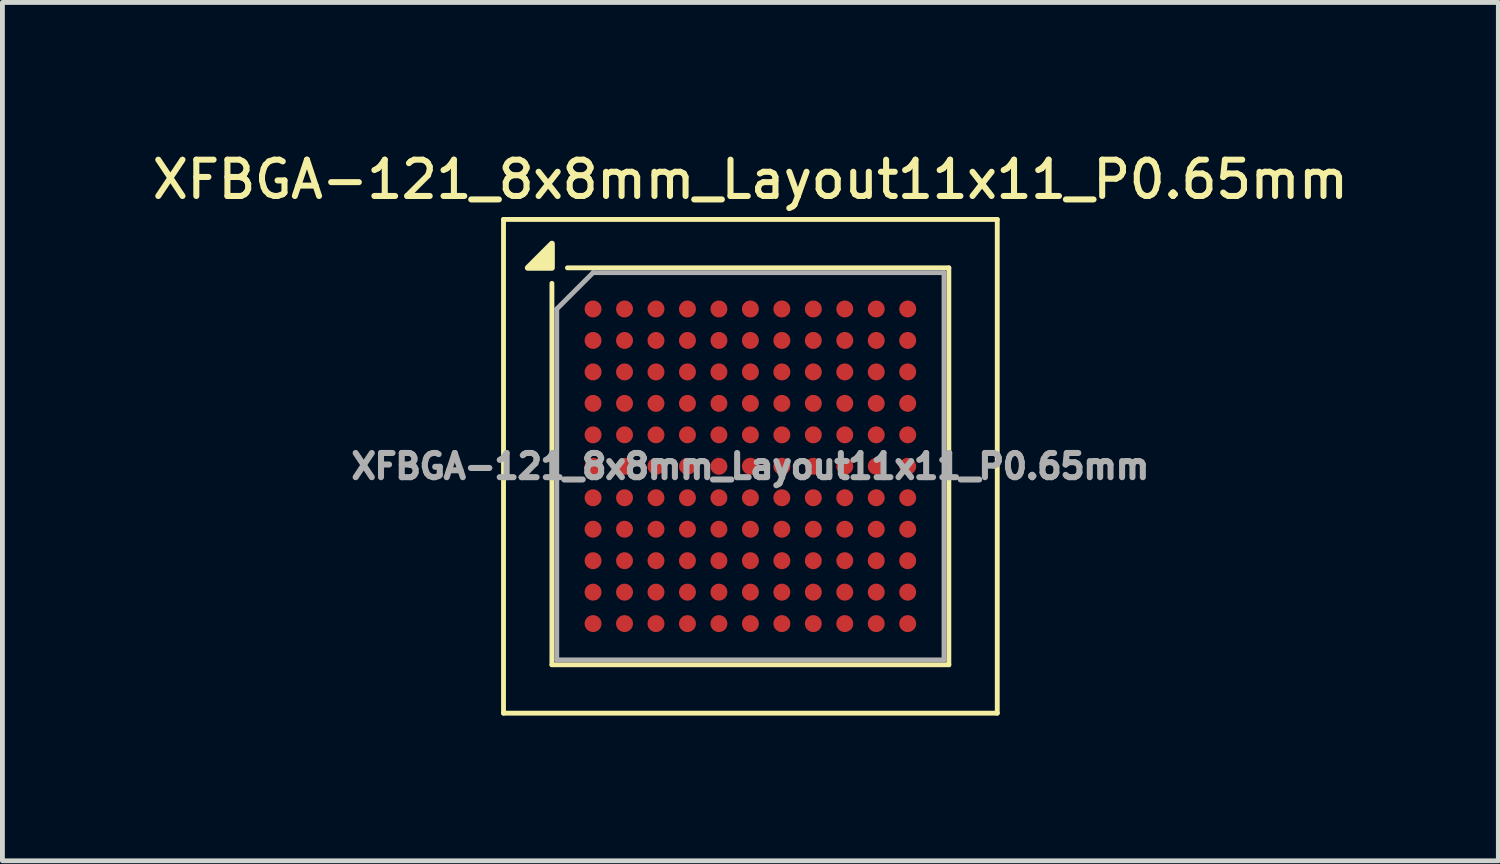
<source format=kicad_pcb>
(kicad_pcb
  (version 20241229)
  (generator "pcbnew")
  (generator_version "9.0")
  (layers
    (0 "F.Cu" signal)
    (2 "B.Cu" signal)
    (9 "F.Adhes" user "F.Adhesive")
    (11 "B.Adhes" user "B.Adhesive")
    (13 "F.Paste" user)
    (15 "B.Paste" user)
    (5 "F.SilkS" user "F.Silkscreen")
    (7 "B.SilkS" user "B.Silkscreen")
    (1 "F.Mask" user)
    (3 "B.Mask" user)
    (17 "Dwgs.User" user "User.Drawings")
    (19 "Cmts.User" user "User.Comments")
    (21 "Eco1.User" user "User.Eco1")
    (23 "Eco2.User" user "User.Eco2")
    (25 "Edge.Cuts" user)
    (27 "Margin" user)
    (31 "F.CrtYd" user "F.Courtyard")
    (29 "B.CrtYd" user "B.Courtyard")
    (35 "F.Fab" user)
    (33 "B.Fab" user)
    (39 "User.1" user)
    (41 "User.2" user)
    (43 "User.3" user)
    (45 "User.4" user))
  (footprint "XFBGA-121_8x8mm_Layout11x11_P0.65mm"
    (layer "F.Cu")
    (at 12.452 6.583)
    (property "Reference" "XFBGA-121_8x8mm_Layout11x11_P0.65mm" (at 0 -5.925 0) (layer "F.SilkS") (effects (font (size 0.75 0.75) (thickness 0.125))))
    (attr smd)
    (fp_line (start -5.1 -5.1) (end 5.1 -5.1) (stroke (width 0.1) (type solid)) (layer "F.SilkS"))
    (fp_line (start -5.1 5.1) (end -5.1 -5.1) (stroke (width 0.1) (type solid)) (layer "F.SilkS"))
    (fp_line (start -5.1 5.1) (end 5.1 5.1) (stroke (width 0.1) (type solid)) (layer "F.SilkS"))
    (fp_line (start -4.1 4.1) (end -4.1 -3.78) (stroke (width 0.1) (type solid)) (layer "F.SilkS"))
    (fp_line (start -4.1 4.1) (end 4.1 4.1) (stroke (width 0.1) (type solid)) (layer "F.SilkS"))
    (fp_line (start -3.78 -4.1) (end 4.1 -4.1) (stroke (width 0.1) (type solid)) (layer "F.SilkS"))
    (fp_line (start 4.1 4.1) (end 4.1 -4.1) (stroke (width 0.1) (type solid)) (layer "F.SilkS"))
    (fp_line (start 5.1 5.1) (end 5.1 -5.1) (stroke (width 0.1) (type solid)) (layer "F.SilkS"))
    (fp_poly (pts (xy -4.1 -4.1) (xy -4.6 -4.1) (xy -4.1 -4.6) (xy -4.1 -4.1)) (stroke (width 0.12) (type solid)) (fill yes) (layer "F.SilkS"))
    (fp_line (start -4 -3.25) (end -3.25 -4) (stroke (width 0.1) (type solid)) (layer "F.Fab"))
    (fp_line (start -4 4) (end -4 -3.25) (stroke (width 0.1) (type solid)) (layer "F.Fab"))
    (fp_line (start -4 4) (end 4 4) (stroke (width 0.1) (type solid)) (layer "F.Fab"))
    (fp_line (start -3.25 -4) (end 4 -4) (stroke (width 0.1) (type solid)) (layer "F.Fab"))
    (fp_line (start 4 4) (end 4 -4) (stroke (width 0.1) (type solid)) (layer "F.Fab"))
    (fp_text user "${REFERENCE}" (at 0 0 0) (layer "F.Fab") (effects (font (size 0.5 0.5) (thickness 0.125))))
    (pad "A1" smd circle (at -3.25 -3.25) (size 0.35 0.35) (property pad_prop_bga) (layers "F.Cu" "F.Mask" "F.Paste"))
    (pad "A2" smd circle (at -2.6 -3.25) (size 0.35 0.35) (property pad_prop_bga) (layers "F.Cu" "F.Mask" "F.Paste"))
    (pad "A3" smd circle (at -1.95 -3.25) (size 0.35 0.35) (property pad_prop_bga) (layers "F.Cu" "F.Mask" "F.Paste"))
    (pad "A4" smd circle (at -1.3 -3.25) (size 0.35 0.35) (property pad_prop_bga) (layers "F.Cu" "F.Mask" "F.Paste"))
    (pad "A5" smd circle (at -0.65 -3.25) (size 0.35 0.35) (property pad_prop_bga) (layers "F.Cu" "F.Mask" "F.Paste"))
    (pad "A6" smd circle (at 0 -3.25) (size 0.35 0.35) (property pad_prop_bga) (layers "F.Cu" "F.Mask" "F.Paste"))
    (pad "A7" smd circle (at 0.65 -3.25) (size 0.35 0.35) (property pad_prop_bga) (layers "F.Cu" "F.Mask" "F.Paste"))
    (pad "A8" smd circle (at 1.3 -3.25) (size 0.35 0.35) (property pad_prop_bga) (layers "F.Cu" "F.Mask" "F.Paste"))
    (pad "A9" smd circle (at 1.95 -3.25) (size 0.35 0.35) (property pad_prop_bga) (layers "F.Cu" "F.Mask" "F.Paste"))
    (pad "A10" smd circle (at 2.6 -3.25) (size 0.35 0.35) (property pad_prop_bga) (layers "F.Cu" "F.Mask" "F.Paste"))
    (pad "A11" smd circle (at 3.25 -3.25) (size 0.35 0.35) (property pad_prop_bga) (layers "F.Cu" "F.Mask" "F.Paste"))
    (pad "B1" smd circle (at -3.25 -2.6) (size 0.35 0.35) (property pad_prop_bga) (layers "F.Cu" "F.Mask" "F.Paste"))
    (pad "B2" smd circle (at -2.6 -2.6) (size 0.35 0.35) (property pad_prop_bga) (layers "F.Cu" "F.Mask" "F.Paste"))
    (pad "B3" smd circle (at -1.95 -2.6) (size 0.35 0.35) (property pad_prop_bga) (layers "F.Cu" "F.Mask" "F.Paste"))
    (pad "B4" smd circle (at -1.3 -2.6) (size 0.35 0.35) (property pad_prop_bga) (layers "F.Cu" "F.Mask" "F.Paste"))
    (pad "B5" smd circle (at -0.65 -2.6) (size 0.35 0.35) (property pad_prop_bga) (layers "F.Cu" "F.Mask" "F.Paste"))
    (pad "B6" smd circle (at 0 -2.6) (size 0.35 0.35) (property pad_prop_bga) (layers "F.Cu" "F.Mask" "F.Paste"))
    (pad "B7" smd circle (at 0.65 -2.6) (size 0.35 0.35) (property pad_prop_bga) (layers "F.Cu" "F.Mask" "F.Paste"))
    (pad "B8" smd circle (at 1.3 -2.6) (size 0.35 0.35) (property pad_prop_bga) (layers "F.Cu" "F.Mask" "F.Paste"))
    (pad "B9" smd circle (at 1.95 -2.6) (size 0.35 0.35) (property pad_prop_bga) (layers "F.Cu" "F.Mask" "F.Paste"))
    (pad "B10" smd circle (at 2.6 -2.6) (size 0.35 0.35) (property pad_prop_bga) (layers "F.Cu" "F.Mask" "F.Paste"))
    (pad "B11" smd circle (at 3.25 -2.6) (size 0.35 0.35) (property pad_prop_bga) (layers "F.Cu" "F.Mask" "F.Paste"))
    (pad "C1" smd circle (at -3.25 -1.95) (size 0.35 0.35) (property pad_prop_bga) (layers "F.Cu" "F.Mask" "F.Paste"))
    (pad "C2" smd circle (at -2.6 -1.95) (size 0.35 0.35) (property pad_prop_bga) (layers "F.Cu" "F.Mask" "F.Paste"))
    (pad "C3" smd circle (at -1.95 -1.95) (size 0.35 0.35) (property pad_prop_bga) (layers "F.Cu" "F.Mask" "F.Paste"))
    (pad "C4" smd circle (at -1.3 -1.95) (size 0.35 0.35) (property pad_prop_bga) (layers "F.Cu" "F.Mask" "F.Paste"))
    (pad "C5" smd circle (at -0.65 -1.95) (size 0.35 0.35) (property pad_prop_bga) (layers "F.Cu" "F.Mask" "F.Paste"))
    (pad "C6" smd circle (at 0 -1.95) (size 0.35 0.35) (property pad_prop_bga) (layers "F.Cu" "F.Mask" "F.Paste"))
    (pad "C7" smd circle (at 0.65 -1.95) (size 0.35 0.35) (property pad_prop_bga) (layers "F.Cu" "F.Mask" "F.Paste"))
    (pad "C8" smd circle (at 1.3 -1.95) (size 0.35 0.35) (property pad_prop_bga) (layers "F.Cu" "F.Mask" "F.Paste"))
    (pad "C9" smd circle (at 1.95 -1.95) (size 0.35 0.35) (property pad_prop_bga) (layers "F.Cu" "F.Mask" "F.Paste"))
    (pad "C10" smd circle (at 2.6 -1.95) (size 0.35 0.35) (property pad_prop_bga) (layers "F.Cu" "F.Mask" "F.Paste"))
    (pad "C11" smd circle (at 3.25 -1.95) (size 0.35 0.35) (property pad_prop_bga) (layers "F.Cu" "F.Mask" "F.Paste"))
    (pad "D1" smd circle (at -3.25 -1.3) (size 0.35 0.35) (property pad_prop_bga) (layers "F.Cu" "F.Mask" "F.Paste"))
    (pad "D2" smd circle (at -2.6 -1.3) (size 0.35 0.35) (property pad_prop_bga) (layers "F.Cu" "F.Mask" "F.Paste"))
    (pad "D3" smd circle (at -1.95 -1.3) (size 0.35 0.35) (property pad_prop_bga) (layers "F.Cu" "F.Mask" "F.Paste"))
    (pad "D4" smd circle (at -1.3 -1.3) (size 0.35 0.35) (property pad_prop_bga) (layers "F.Cu" "F.Mask" "F.Paste"))
    (pad "D5" smd circle (at -0.65 -1.3) (size 0.35 0.35) (property pad_prop_bga) (layers "F.Cu" "F.Mask" "F.Paste"))
    (pad "D6" smd circle (at 0 -1.3) (size 0.35 0.35) (property pad_prop_bga) (layers "F.Cu" "F.Mask" "F.Paste"))
    (pad "D7" smd circle (at 0.65 -1.3) (size 0.35 0.35) (property pad_prop_bga) (layers "F.Cu" "F.Mask" "F.Paste"))
    (pad "D8" smd circle (at 1.3 -1.3) (size 0.35 0.35) (property pad_prop_bga) (layers "F.Cu" "F.Mask" "F.Paste"))
    (pad "D9" smd circle (at 1.95 -1.3) (size 0.35 0.35) (property pad_prop_bga) (layers "F.Cu" "F.Mask" "F.Paste"))
    (pad "D10" smd circle (at 2.6 -1.3) (size 0.35 0.35) (property pad_prop_bga) (layers "F.Cu" "F.Mask" "F.Paste"))
    (pad "D11" smd circle (at 3.25 -1.3) (size 0.35 0.35) (property pad_prop_bga) (layers "F.Cu" "F.Mask" "F.Paste"))
    (pad "E1" smd circle (at -3.25 -0.65) (size 0.35 0.35) (property pad_prop_bga) (layers "F.Cu" "F.Mask" "F.Paste"))
    (pad "E2" smd circle (at -2.6 -0.65) (size 0.35 0.35) (property pad_prop_bga) (layers "F.Cu" "F.Mask" "F.Paste"))
    (pad "E3" smd circle (at -1.95 -0.65) (size 0.35 0.35) (property pad_prop_bga) (layers "F.Cu" "F.Mask" "F.Paste"))
    (pad "E4" smd circle (at -1.3 -0.65) (size 0.35 0.35) (property pad_prop_bga) (layers "F.Cu" "F.Mask" "F.Paste"))
    (pad "E5" smd circle (at -0.65 -0.65) (size 0.35 0.35) (property pad_prop_bga) (layers "F.Cu" "F.Mask" "F.Paste"))
    (pad "E6" smd circle (at 0 -0.65) (size 0.35 0.35) (property pad_prop_bga) (layers "F.Cu" "F.Mask" "F.Paste"))
    (pad "E7" smd circle (at 0.65 -0.65) (size 0.35 0.35) (property pad_prop_bga) (layers "F.Cu" "F.Mask" "F.Paste"))
    (pad "E8" smd circle (at 1.3 -0.65) (size 0.35 0.35) (property pad_prop_bga) (layers "F.Cu" "F.Mask" "F.Paste"))
    (pad "E9" smd circle (at 1.95 -0.65) (size 0.35 0.35) (property pad_prop_bga) (layers "F.Cu" "F.Mask" "F.Paste"))
    (pad "E10" smd circle (at 2.6 -0.65) (size 0.35 0.35) (property pad_prop_bga) (layers "F.Cu" "F.Mask" "F.Paste"))
    (pad "E11" smd circle (at 3.25 -0.65) (size 0.35 0.35) (property pad_prop_bga) (layers "F.Cu" "F.Mask" "F.Paste"))
    (pad "F1" smd circle (at -3.25 0) (size 0.35 0.35) (property pad_prop_bga) (layers "F.Cu" "F.Mask" "F.Paste"))
    (pad "F2" smd circle (at -2.6 0) (size 0.35 0.35) (property pad_prop_bga) (layers "F.Cu" "F.Mask" "F.Paste"))
    (pad "F3" smd circle (at -1.95 0) (size 0.35 0.35) (property pad_prop_bga) (layers "F.Cu" "F.Mask" "F.Paste"))
    (pad "F4" smd circle (at -1.3 0) (size 0.35 0.35) (property pad_prop_bga) (layers "F.Cu" "F.Mask" "F.Paste"))
    (pad "F5" smd circle (at -0.65 0) (size 0.35 0.35) (property pad_prop_bga) (layers "F.Cu" "F.Mask" "F.Paste"))
    (pad "F6" smd circle (at 0 0) (size 0.35 0.35) (property pad_prop_bga) (layers "F.Cu" "F.Mask" "F.Paste"))
    (pad "F7" smd circle (at 0.65 0) (size 0.35 0.35) (property pad_prop_bga) (layers "F.Cu" "F.Mask" "F.Paste"))
    (pad "F8" smd circle (at 1.3 0) (size 0.35 0.35) (property pad_prop_bga) (layers "F.Cu" "F.Mask" "F.Paste"))
    (pad "F9" smd circle (at 1.95 0) (size 0.35 0.35) (property pad_prop_bga) (layers "F.Cu" "F.Mask" "F.Paste"))
    (pad "F10" smd circle (at 2.6 0) (size 0.35 0.35) (property pad_prop_bga) (layers "F.Cu" "F.Mask" "F.Paste"))
    (pad "F11" smd circle (at 3.25 0) (size 0.35 0.35) (property pad_prop_bga) (layers "F.Cu" "F.Mask" "F.Paste"))
    (pad "G1" smd circle (at -3.25 0.65) (size 0.35 0.35) (property pad_prop_bga) (layers "F.Cu" "F.Mask" "F.Paste"))
    (pad "G2" smd circle (at -2.6 0.65) (size 0.35 0.35) (property pad_prop_bga) (layers "F.Cu" "F.Mask" "F.Paste"))
    (pad "G3" smd circle (at -1.95 0.65) (size 0.35 0.35) (property pad_prop_bga) (layers "F.Cu" "F.Mask" "F.Paste"))
    (pad "G4" smd circle (at -1.3 0.65) (size 0.35 0.35) (property pad_prop_bga) (layers "F.Cu" "F.Mask" "F.Paste"))
    (pad "G5" smd circle (at -0.65 0.65) (size 0.35 0.35) (property pad_prop_bga) (layers "F.Cu" "F.Mask" "F.Paste"))
    (pad "G6" smd circle (at 0 0.65) (size 0.35 0.35) (property pad_prop_bga) (layers "F.Cu" "F.Mask" "F.Paste"))
    (pad "G7" smd circle (at 0.65 0.65) (size 0.35 0.35) (property pad_prop_bga) (layers "F.Cu" "F.Mask" "F.Paste"))
    (pad "G8" smd circle (at 1.3 0.65) (size 0.35 0.35) (property pad_prop_bga) (layers "F.Cu" "F.Mask" "F.Paste"))
    (pad "G9" smd circle (at 1.95 0.65) (size 0.35 0.35) (property pad_prop_bga) (layers "F.Cu" "F.Mask" "F.Paste"))
    (pad "G10" smd circle (at 2.6 0.65) (size 0.35 0.35) (property pad_prop_bga) (layers "F.Cu" "F.Mask" "F.Paste"))
    (pad "G11" smd circle (at 3.25 0.65) (size 0.35 0.35) (property pad_prop_bga) (layers "F.Cu" "F.Mask" "F.Paste"))
    (pad "H1" smd circle (at -3.25 1.3) (size 0.35 0.35) (property pad_prop_bga) (layers "F.Cu" "F.Mask" "F.Paste"))
    (pad "H2" smd circle (at -2.6 1.3) (size 0.35 0.35) (property pad_prop_bga) (layers "F.Cu" "F.Mask" "F.Paste"))
    (pad "H3" smd circle (at -1.95 1.3) (size 0.35 0.35) (property pad_prop_bga) (layers "F.Cu" "F.Mask" "F.Paste"))
    (pad "H4" smd circle (at -1.3 1.3) (size 0.35 0.35) (property pad_prop_bga) (layers "F.Cu" "F.Mask" "F.Paste"))
    (pad "H5" smd circle (at -0.65 1.3) (size 0.35 0.35) (property pad_prop_bga) (layers "F.Cu" "F.Mask" "F.Paste"))
    (pad "H6" smd circle (at 0 1.3) (size 0.35 0.35) (property pad_prop_bga) (layers "F.Cu" "F.Mask" "F.Paste"))
    (pad "H7" smd circle (at 0.65 1.3) (size 0.35 0.35) (property pad_prop_bga) (layers "F.Cu" "F.Mask" "F.Paste"))
    (pad "H8" smd circle (at 1.3 1.3) (size 0.35 0.35) (property pad_prop_bga) (layers "F.Cu" "F.Mask" "F.Paste"))
    (pad "H9" smd circle (at 1.95 1.3) (size 0.35 0.35) (property pad_prop_bga) (layers "F.Cu" "F.Mask" "F.Paste"))
    (pad "H10" smd circle (at 2.6 1.3) (size 0.35 0.35) (property pad_prop_bga) (layers "F.Cu" "F.Mask" "F.Paste"))
    (pad "H11" smd circle (at 3.25 1.3) (size 0.35 0.35) (property pad_prop_bga) (layers "F.Cu" "F.Mask" "F.Paste"))
    (pad "J1" smd circle (at -3.25 1.95) (size 0.35 0.35) (property pad_prop_bga) (layers "F.Cu" "F.Mask" "F.Paste"))
    (pad "J2" smd circle (at -2.6 1.95) (size 0.35 0.35) (property pad_prop_bga) (layers "F.Cu" "F.Mask" "F.Paste"))
    (pad "J3" smd circle (at -1.95 1.95) (size 0.35 0.35) (property pad_prop_bga) (layers "F.Cu" "F.Mask" "F.Paste"))
    (pad "J4" smd circle (at -1.3 1.95) (size 0.35 0.35) (property pad_prop_bga) (layers "F.Cu" "F.Mask" "F.Paste"))
    (pad "J5" smd circle (at -0.65 1.95) (size 0.35 0.35) (property pad_prop_bga) (layers "F.Cu" "F.Mask" "F.Paste"))
    (pad "J6" smd circle (at 0 1.95) (size 0.35 0.35) (property pad_prop_bga) (layers "F.Cu" "F.Mask" "F.Paste"))
    (pad "J7" smd circle (at 0.65 1.95) (size 0.35 0.35) (property pad_prop_bga) (layers "F.Cu" "F.Mask" "F.Paste"))
    (pad "J8" smd circle (at 1.3 1.95) (size 0.35 0.35) (property pad_prop_bga) (layers "F.Cu" "F.Mask" "F.Paste"))
    (pad "J9" smd circle (at 1.95 1.95) (size 0.35 0.35) (property pad_prop_bga) (layers "F.Cu" "F.Mask" "F.Paste"))
    (pad "J10" smd circle (at 2.6 1.95) (size 0.35 0.35) (property pad_prop_bga) (layers "F.Cu" "F.Mask" "F.Paste"))
    (pad "J11" smd circle (at 3.25 1.95) (size 0.35 0.35) (property pad_prop_bga) (layers "F.Cu" "F.Mask" "F.Paste"))
    (pad "K1" smd circle (at -3.25 2.6) (size 0.35 0.35) (property pad_prop_bga) (layers "F.Cu" "F.Mask" "F.Paste"))
    (pad "K2" smd circle (at -2.6 2.6) (size 0.35 0.35) (property pad_prop_bga) (layers "F.Cu" "F.Mask" "F.Paste"))
    (pad "K3" smd circle (at -1.95 2.6) (size 0.35 0.35) (property pad_prop_bga) (layers "F.Cu" "F.Mask" "F.Paste"))
    (pad "K4" smd circle (at -1.3 2.6) (size 0.35 0.35) (property pad_prop_bga) (layers "F.Cu" "F.Mask" "F.Paste"))
    (pad "K5" smd circle (at -0.65 2.6) (size 0.35 0.35) (property pad_prop_bga) (layers "F.Cu" "F.Mask" "F.Paste"))
    (pad "K6" smd circle (at 0 2.6) (size 0.35 0.35) (property pad_prop_bga) (layers "F.Cu" "F.Mask" "F.Paste"))
    (pad "K7" smd circle (at 0.65 2.6) (size 0.35 0.35) (property pad_prop_bga) (layers "F.Cu" "F.Mask" "F.Paste"))
    (pad "K8" smd circle (at 1.3 2.6) (size 0.35 0.35) (property pad_prop_bga) (layers "F.Cu" "F.Mask" "F.Paste"))
    (pad "K9" smd circle (at 1.95 2.6) (size 0.35 0.35) (property pad_prop_bga) (layers "F.Cu" "F.Mask" "F.Paste"))
    (pad "K10" smd circle (at 2.6 2.6) (size 0.35 0.35) (property pad_prop_bga) (layers "F.Cu" "F.Mask" "F.Paste"))
    (pad "K11" smd circle (at 3.25 2.6) (size 0.35 0.35) (property pad_prop_bga) (layers "F.Cu" "F.Mask" "F.Paste"))
    (pad "L1" smd circle (at -3.25 3.25) (size 0.35 0.35) (property pad_prop_bga) (layers "F.Cu" "F.Mask" "F.Paste"))
    (pad "L2" smd circle (at -2.6 3.25) (size 0.35 0.35) (property pad_prop_bga) (layers "F.Cu" "F.Mask" "F.Paste"))
    (pad "L3" smd circle (at -1.95 3.25) (size 0.35 0.35) (property pad_prop_bga) (layers "F.Cu" "F.Mask" "F.Paste"))
    (pad "L4" smd circle (at -1.3 3.25) (size 0.35 0.35) (property pad_prop_bga) (layers "F.Cu" "F.Mask" "F.Paste"))
    (pad "L5" smd circle (at -0.65 3.25) (size 0.35 0.35) (property pad_prop_bga) (layers "F.Cu" "F.Mask" "F.Paste"))
    (pad "L6" smd circle (at 0 3.25) (size 0.35 0.35) (property pad_prop_bga) (layers "F.Cu" "F.Mask" "F.Paste"))
    (pad "L7" smd circle (at 0.65 3.25) (size 0.35 0.35) (property pad_prop_bga) (layers "F.Cu" "F.Mask" "F.Paste"))
    (pad "L8" smd circle (at 1.3 3.25) (size 0.35 0.35) (property pad_prop_bga) (layers "F.Cu" "F.Mask" "F.Paste"))
    (pad "L9" smd circle (at 1.95 3.25) (size 0.35 0.35) (property pad_prop_bga) (layers "F.Cu" "F.Mask" "F.Paste"))
    (pad "L10" smd circle (at 2.6 3.25) (size 0.35 0.35) (property pad_prop_bga) (layers "F.Cu" "F.Mask" "F.Paste"))
    (pad "L11" smd circle (at 3.25 3.25) (size 0.35 0.35) (property pad_prop_bga) (layers "F.Cu" "F.Mask" "F.Paste")))
  (gr_rect
    (start -3 -3)
    (end 27.904 14.733)
    (stroke (width 0.1) (type default))
    (fill no)
    (layer "Edge.Cuts")))
</source>
